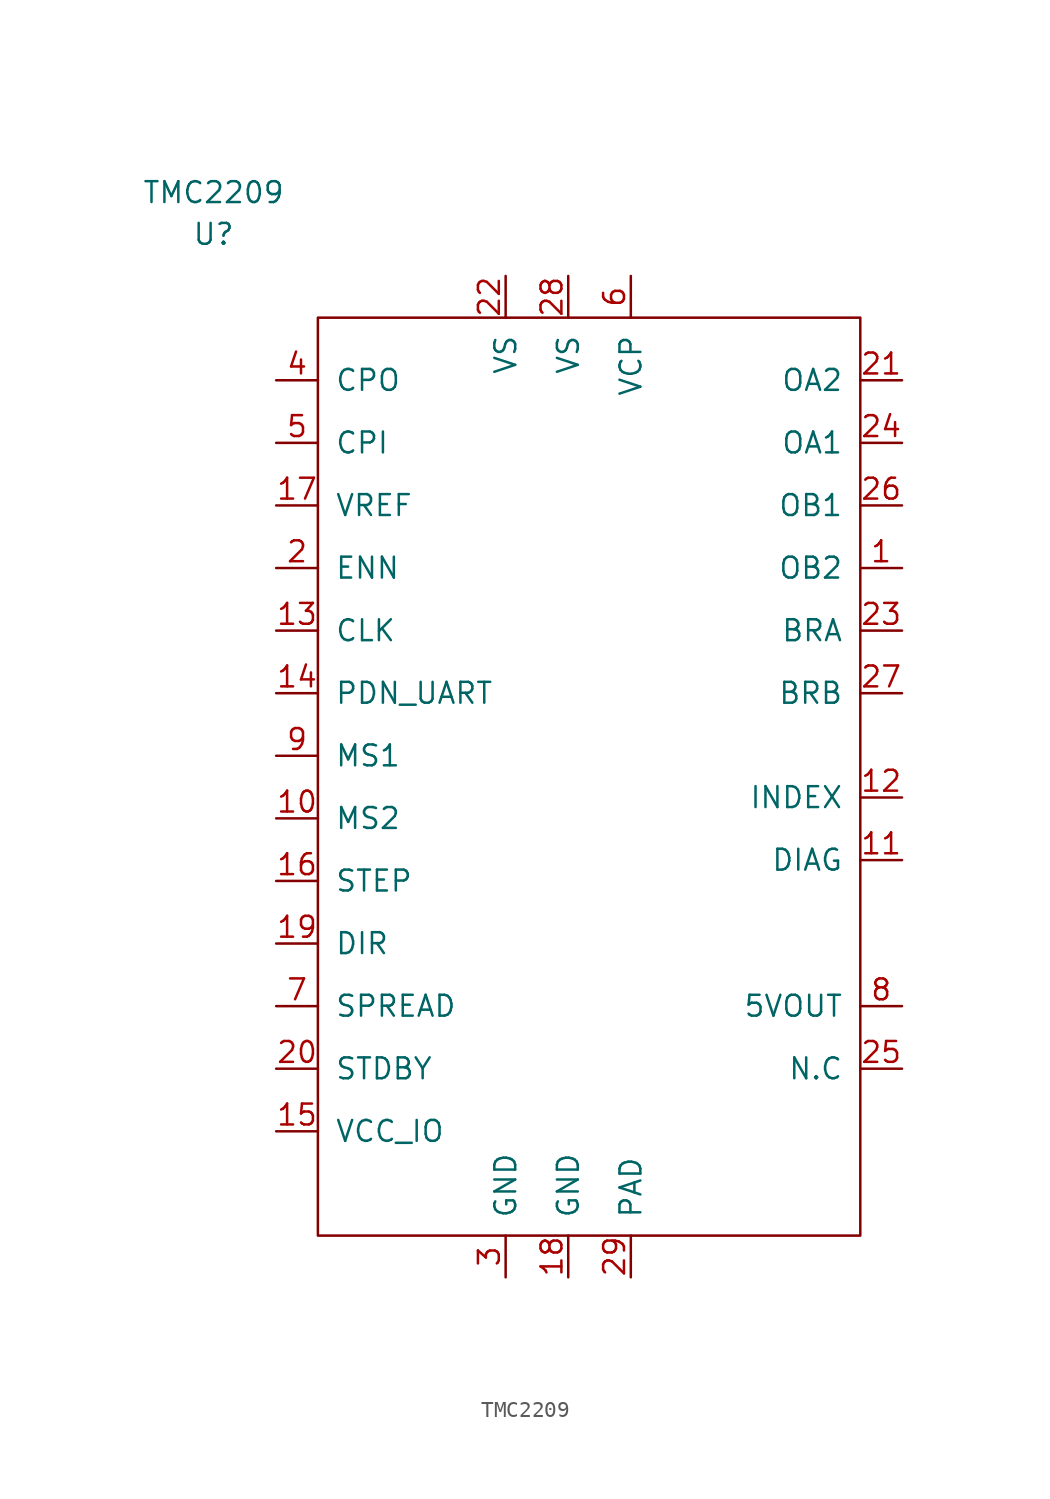
<source format=kicad_sym>
(kicad_symbol_lib
  (version 20211014)
  (generator kicad_symbol_editor)
  (symbol "TMC2209"
    (pin_names
      (offset 1.016))
    (property "Reference" "U"
      (at -6.35 5.08 0)
      (effects (font (size 1.27 1.27))))
    (property "Value" "TMC2209"
      (at -6.35 7.62 0)
      (effects (font (size 1.27 1.27))))
    (symbol "TMC2209_0_1"
      (rectangle (start 0 0) (end 33.02 -55.88) (stroke (width 0) (type default) (color 0 0 0 0)) (fill (type none))))
    (symbol "TMC2209_1_1"
      (pin bidirectional line (at 35.56 -15.24 180) (length 2.54) (name "OB2" (effects (font (size 1.27 1.27)))) (number "1" (effects (font (size 1.27 1.27)))))
      (pin bidirectional line (at -2.54 -30.48 0) (length 2.54) (name "MS2" (effects (font (size 1.27 1.27)))) (number "10" (effects (font (size 1.27 1.27)))))
      (pin bidirectional line (at 35.56 -33.02 180) (length 2.54) (name "DIAG" (effects (font (size 1.27 1.27)))) (number "11" (effects (font (size 1.27 1.27)))))
      (pin bidirectional line (at 35.56 -29.21 180) (length 2.54) (name "INDEX" (effects (font (size 1.27 1.27)))) (number "12" (effects (font (size 1.27 1.27)))))
      (pin bidirectional line (at -2.54 -19.05 0) (length 2.54) (name "CLK" (effects (font (size 1.27 1.27)))) (number "13" (effects (font (size 1.27 1.27)))))
      (pin bidirectional line (at -2.54 -22.86 0) (length 2.54) (name "PDN_UART" (effects (font (size 1.27 1.27)))) (number "14" (effects (font (size 1.27 1.27)))))
      (pin bidirectional line (at -2.54 -49.53 0) (length 2.54) (name "VCC_IO" (effects (font (size 1.27 1.27)))) (number "15" (effects (font (size 1.27 1.27)))))
      (pin bidirectional line (at -2.54 -34.29 0) (length 2.54) (name "STEP" (effects (font (size 1.27 1.27)))) (number "16" (effects (font (size 1.27 1.27)))))
      (pin bidirectional line (at -2.54 -11.43 0) (length 2.54) (name "VREF" (effects (font (size 1.27 1.27)))) (number "17" (effects (font (size 1.27 1.27)))))
      (pin bidirectional line (at 15.24 -58.42 90) (length 2.54) (name "GND" (effects (font (size 1.27 1.27)))) (number "18" (effects (font (size 1.27 1.27)))))
      (pin bidirectional line (at -2.54 -38.1 0) (length 2.54) (name "DIR" (effects (font (size 1.27 1.27)))) (number "19" (effects (font (size 1.27 1.27)))))
      (pin bidirectional line (at -2.54 -15.24 0) (length 2.54) (name "ENN" (effects (font (size 1.27 1.27)))) (number "2" (effects (font (size 1.27 1.27)))))
      (pin bidirectional line (at -2.54 -45.72 0) (length 2.54) (name "STDBY" (effects (font (size 1.27 1.27)))) (number "20" (effects (font (size 1.27 1.27)))))
      (pin bidirectional line (at 35.56 -3.81 180) (length 2.54) (name "OA2" (effects (font (size 1.27 1.27)))) (number "21" (effects (font (size 1.27 1.27)))))
      (pin bidirectional line (at 11.43 2.54 270) (length 2.54) (name "VS" (effects (font (size 1.27 1.27)))) (number "22" (effects (font (size 1.27 1.27)))))
      (pin bidirectional line (at 35.56 -19.05 180) (length 2.54) (name "BRA" (effects (font (size 1.27 1.27)))) (number "23" (effects (font (size 1.27 1.27)))))
      (pin bidirectional line (at 35.56 -7.62 180) (length 2.54) (name "OA1" (effects (font (size 1.27 1.27)))) (number "24" (effects (font (size 1.27 1.27)))))
      (pin bidirectional line (at 35.56 -45.72 180) (length 2.54) (name "N.C" (effects (font (size 1.27 1.27)))) (number "25" (effects (font (size 1.27 1.27)))))
      (pin bidirectional line (at 35.56 -11.43 180) (length 2.54) (name "OB1" (effects (font (size 1.27 1.27)))) (number "26" (effects (font (size 1.27 1.27)))))
      (pin bidirectional line (at 35.56 -22.86 180) (length 2.54) (name "BRB" (effects (font (size 1.27 1.27)))) (number "27" (effects (font (size 1.27 1.27)))))
      (pin bidirectional line (at 15.24 2.54 270) (length 2.54) (name "VS" (effects (font (size 1.27 1.27)))) (number "28" (effects (font (size 1.27 1.27)))))
      (pin bidirectional line (at 19.05 -58.42 90) (length 2.54) (name "PAD" (effects (font (size 1.27 1.27)))) (number "29" (effects (font (size 1.27 1.27)))))
      (pin bidirectional line (at 11.43 -58.42 90) (length 2.54) (name "GND" (effects (font (size 1.27 1.27)))) (number "3" (effects (font (size 1.27 1.27)))))
      (pin bidirectional line (at -2.54 -3.81 0) (length 2.54) (name "CPO" (effects (font (size 1.27 1.27)))) (number "4" (effects (font (size 1.27 1.27)))))
      (pin bidirectional line (at -2.54 -7.62 0) (length 2.54) (name "CPI" (effects (font (size 1.27 1.27)))) (number "5" (effects (font (size 1.27 1.27)))))
      (pin bidirectional line (at 19.05 2.54 270) (length 2.54) (name "VCP" (effects (font (size 1.27 1.27)))) (number "6" (effects (font (size 1.27 1.27)))))
      (pin bidirectional line (at -2.54 -41.91 0) (length 2.54) (name "SPREAD" (effects (font (size 1.27 1.27)))) (number "7" (effects (font (size 1.27 1.27)))))
      (pin bidirectional line (at 35.56 -41.91 180) (length 2.54) (name "5VOUT" (effects (font (size 1.27 1.27)))) (number "8" (effects (font (size 1.27 1.27)))))
      (pin bidirectional line (at -2.54 -26.67 0) (length 2.54) (name "MS1" (effects (font (size 1.27 1.27)))) (number "9" (effects (font (size 1.27 1.27))))))))
</source>
